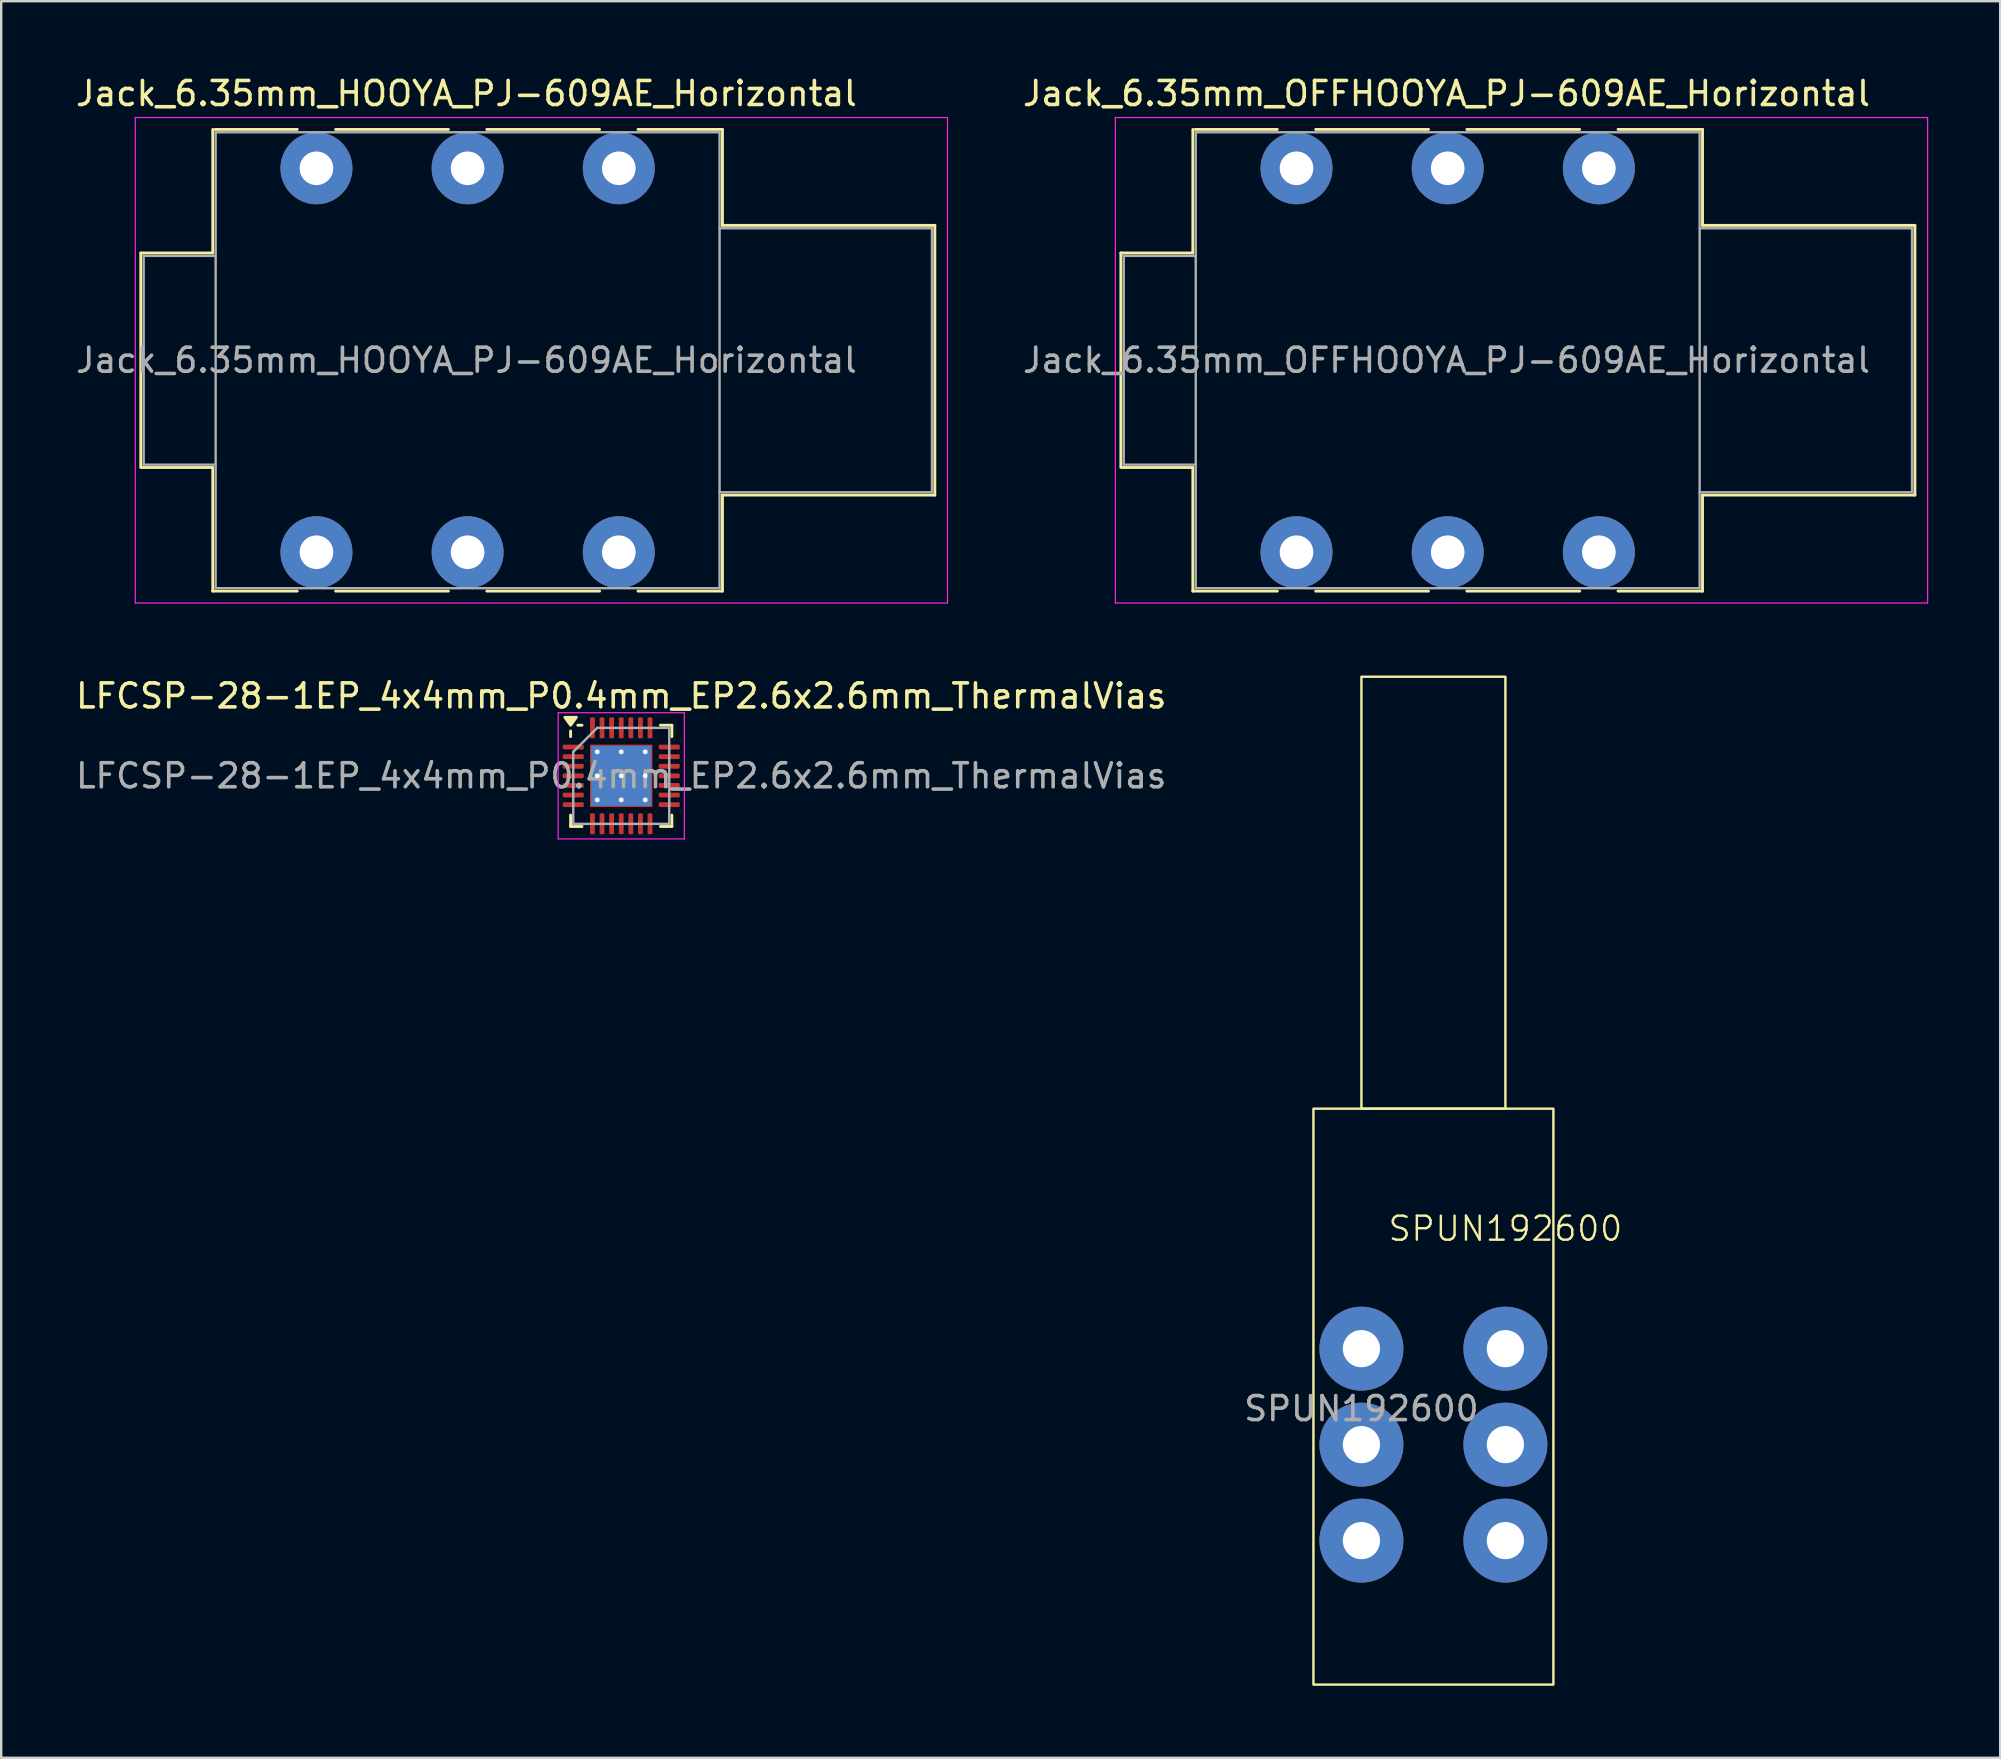
<source format=kicad_pcb>
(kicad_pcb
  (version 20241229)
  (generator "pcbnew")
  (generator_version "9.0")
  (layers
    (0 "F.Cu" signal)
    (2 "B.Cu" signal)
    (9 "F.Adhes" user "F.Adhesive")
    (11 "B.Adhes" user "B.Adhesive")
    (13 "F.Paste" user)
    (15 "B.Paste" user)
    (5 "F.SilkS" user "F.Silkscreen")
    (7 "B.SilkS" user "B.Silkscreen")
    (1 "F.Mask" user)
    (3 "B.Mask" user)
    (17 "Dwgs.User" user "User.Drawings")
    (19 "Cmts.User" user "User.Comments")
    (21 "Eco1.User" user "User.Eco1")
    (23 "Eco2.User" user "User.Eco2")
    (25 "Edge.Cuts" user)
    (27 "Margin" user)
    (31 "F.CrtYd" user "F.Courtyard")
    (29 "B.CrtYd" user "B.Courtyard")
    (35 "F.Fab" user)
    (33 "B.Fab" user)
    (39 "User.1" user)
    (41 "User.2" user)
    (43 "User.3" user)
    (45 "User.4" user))
  (footprint "Jack_6.35mm_OFFHOOYA_PJ-609AE_Horizontal"
    (layer "F.Cu")
    (at 57.28 11.948)
    (property "Reference" "Jack_6.35mm_OFFHOOYA_PJ-609AE_Horizontal" (at -0.05 -11.1 0) (layer "F.SilkS") (effects (font (size 1 1) (thickness 0.15))))
    (attr through_hole)
    (fp_line (start -13.62 -4.455) (end -10.62 -4.455) (stroke (width 0.12) (type solid)) (layer "F.SilkS"))
    (fp_line (start -13.62 4.445) (end -13.62 -4.455) (stroke (width 0.12) (type solid)) (layer "F.SilkS"))
    (fp_line (start -13.62 4.485) (end -10.62 4.485) (stroke (width 0.12) (type solid)) (layer "F.SilkS"))
    (fp_line (start -10.62 -4.455) (end -10.62 -9.605) (stroke (width 0.12) (type solid)) (layer "F.SilkS"))
    (fp_line (start -10.62 9.635) (end -10.62 4.485) (stroke (width 0.12) (type solid)) (layer "F.SilkS"))
    (fp_line (start -10.52 -9.605) (end -7.1 -9.605) (stroke (width 0.12) (type solid)) (layer "F.SilkS"))
    (fp_line (start -7.1 9.635) (end -10.62 9.635) (stroke (width 0.12) (type solid)) (layer "F.SilkS"))
    (fp_line (start -5.5 -9.605) (end -0.8 -9.605) (stroke (width 0.12) (type solid)) (layer "F.SilkS"))
    (fp_line (start -0.8 9.635) (end -5.5 9.635) (stroke (width 0.12) (type solid)) (layer "F.SilkS"))
    (fp_line (start 0.8 -9.605) (end 5.5 -9.605) (stroke (width 0.12) (type solid)) (layer "F.SilkS"))
    (fp_line (start 5.5 9.635) (end 0.8 9.635) (stroke (width 0.12) (type solid)) (layer "F.SilkS"))
    (fp_line (start 10.62 -9.605) (end 7.1 -9.605) (stroke (width 0.12) (type solid)) (layer "F.SilkS"))
    (fp_line (start 10.62 -5.605) (end 10.62 -9.605) (stroke (width 0.12) (type solid)) (layer "F.SilkS"))
    (fp_line (start 10.62 -5.605) (end 19.47 -5.605) (stroke (width 0.12) (type solid)) (layer "F.SilkS"))
    (fp_line (start 10.62 5.635) (end 19.47 5.635) (stroke (width 0.12) (type solid)) (layer "F.SilkS"))
    (fp_line (start 10.62 9.635) (end 7.1 9.635) (stroke (width 0.12) (type solid)) (layer "F.SilkS"))
    (fp_line (start 10.62 9.635) (end 10.62 5.635) (stroke (width 0.12) (type solid)) (layer "F.SilkS"))
    (fp_line (start 19.47 5.635) (end 19.47 -5.605) (stroke (width 0.12) (type solid)) (layer "F.SilkS"))
    (fp_line (start -13.85 10.13) (end -13.85 -10.1) (stroke (width 0.05) (type solid)) (layer "F.CrtYd"))
    (fp_line (start -13.85 10.13) (end 20 10.13) (stroke (width 0.05) (type solid)) (layer "F.CrtYd"))
    (fp_line (start 20 -10.1) (end -13.85 -10.1) (stroke (width 0.05) (type solid)) (layer "F.CrtYd"))
    (fp_line (start 20 10.13) (end 20 -10.1) (stroke (width 0.05) (type solid)) (layer "F.CrtYd"))
    (fp_line (start -13.5 -4.335) (end -10.5 -4.335) (stroke (width 0.1) (type solid)) (layer "F.Fab"))
    (fp_line (start -13.5 4.365) (end -13.5 -4.335) (stroke (width 0.1) (type solid)) (layer "F.Fab"))
    (fp_line (start -13.5 4.365) (end -10.5 4.365) (stroke (width 0.1) (type solid)) (layer "F.Fab"))
    (fp_line (start -10.5 9.515) (end -10.5 -9.485) (stroke (width 0.1) (type solid)) (layer "F.Fab"))
    (fp_line (start 10.5 -9.485) (end -10.5 -9.485) (stroke (width 0.1) (type solid)) (layer "F.Fab"))
    (fp_line (start 10.5 9.515) (end -10.5 9.515) (stroke (width 0.1) (type solid)) (layer "F.Fab"))
    (fp_line (start 10.5 9.515) (end 10.5 -9.485) (stroke (width 0.1) (type solid)) (layer "F.Fab"))
    (fp_line (start 19.35 -5.485) (end 10.5 -5.485) (stroke (width 0.1) (type solid)) (layer "F.Fab"))
    (fp_line (start 19.35 5.515) (end 10.5 5.515) (stroke (width 0.1) (type solid)) (layer "F.Fab"))
    (fp_line (start 19.35 5.515) (end 19.35 -5.485) (stroke (width 0.1) (type solid)) (layer "F.Fab"))
    (fp_text user "${REFERENCE}" (at -0.05 0.015 0) (layer "F.Fab") (effects (font (size 1 1) (thickness 0.15))))
    (pad "R" thru_hole circle (at 0 -7.985) (size 3 3) (drill 1.4) (layers "*.Cu" "*.Mask"))
    (pad "RN" thru_hole circle (at 0 8.015) (size 3 3) (drill 1.4) (layers "*.Cu" "*.Mask"))
    (pad "S" thru_hole circle (at 6.3 -7.985) (size 3 3) (drill 1.4) (layers "*.Cu" "*.Mask"))
    (pad "SN" thru_hole circle (at 6.3 8.015) (size 3 3) (drill 1.4) (layers "*.Cu" "*.Mask"))
    (pad "T" thru_hole circle (at -6.3 -7.985) (size 3 3) (drill 1.4) (layers "*.Cu" "*.Mask"))
    (pad "TN" thru_hole circle (at -6.3 8.015) (size 3 3) (drill 1.4) (layers "*.Cu" "*.Mask")))
  (footprint "Jack_6.35mm_HOOYA_PJ-609AE_Horizontal"
    (layer "F.Cu")
    (at 16.437 11.948)
    (property "Reference" "Jack_6.35mm_HOOYA_PJ-609AE_Horizontal" (at -0.05 -11.1 0) (layer "F.SilkS") (effects (font (size 1 1) (thickness 0.15))))
    (attr through_hole)
    (fp_line (start -13.62 -4.455) (end -10.62 -4.455) (stroke (width 0.12) (type solid)) (layer "F.SilkS"))
    (fp_line (start -13.62 4.445) (end -13.62 -4.455) (stroke (width 0.12) (type solid)) (layer "F.SilkS"))
    (fp_line (start -13.62 4.485) (end -10.62 4.485) (stroke (width 0.12) (type solid)) (layer "F.SilkS"))
    (fp_line (start -10.62 -4.455) (end -10.62 -9.605) (stroke (width 0.12) (type solid)) (layer "F.SilkS"))
    (fp_line (start -10.62 9.635) (end -10.62 4.485) (stroke (width 0.12) (type solid)) (layer "F.SilkS"))
    (fp_line (start -10.52 -9.605) (end -7.1 -9.605) (stroke (width 0.12) (type solid)) (layer "F.SilkS"))
    (fp_line (start -7.1 9.635) (end -10.62 9.635) (stroke (width 0.12) (type solid)) (layer "F.SilkS"))
    (fp_line (start -5.5 -9.605) (end -0.8 -9.605) (stroke (width 0.12) (type solid)) (layer "F.SilkS"))
    (fp_line (start -0.8 9.635) (end -5.5 9.635) (stroke (width 0.12) (type solid)) (layer "F.SilkS"))
    (fp_line (start 0.8 -9.605) (end 5.5 -9.605) (stroke (width 0.12) (type solid)) (layer "F.SilkS"))
    (fp_line (start 5.5 9.635) (end 0.8 9.635) (stroke (width 0.12) (type solid)) (layer "F.SilkS"))
    (fp_line (start 10.62 -9.605) (end 7.1 -9.605) (stroke (width 0.12) (type solid)) (layer "F.SilkS"))
    (fp_line (start 10.62 -5.605) (end 10.62 -9.605) (stroke (width 0.12) (type solid)) (layer "F.SilkS"))
    (fp_line (start 10.62 -5.605) (end 19.47 -5.605) (stroke (width 0.12) (type solid)) (layer "F.SilkS"))
    (fp_line (start 10.62 5.635) (end 19.47 5.635) (stroke (width 0.12) (type solid)) (layer "F.SilkS"))
    (fp_line (start 10.62 9.635) (end 7.1 9.635) (stroke (width 0.12) (type solid)) (layer "F.SilkS"))
    (fp_line (start 10.62 9.635) (end 10.62 5.635) (stroke (width 0.12) (type solid)) (layer "F.SilkS"))
    (fp_line (start 19.47 5.635) (end 19.47 -5.605) (stroke (width 0.12) (type solid)) (layer "F.SilkS"))
    (fp_line (start -13.85 10.13) (end -13.85 -10.1) (stroke (width 0.05) (type solid)) (layer "F.CrtYd"))
    (fp_line (start -13.85 10.13) (end 20 10.13) (stroke (width 0.05) (type solid)) (layer "F.CrtYd"))
    (fp_line (start 20 -10.1) (end -13.85 -10.1) (stroke (width 0.05) (type solid)) (layer "F.CrtYd"))
    (fp_line (start 20 10.13) (end 20 -10.1) (stroke (width 0.05) (type solid)) (layer "F.CrtYd"))
    (fp_line (start -13.5 -4.335) (end -10.5 -4.335) (stroke (width 0.1) (type solid)) (layer "F.Fab"))
    (fp_line (start -13.5 4.365) (end -13.5 -4.335) (stroke (width 0.1) (type solid)) (layer "F.Fab"))
    (fp_line (start -13.5 4.365) (end -10.5 4.365) (stroke (width 0.1) (type solid)) (layer "F.Fab"))
    (fp_line (start -10.5 9.515) (end -10.5 -9.485) (stroke (width 0.1) (type solid)) (layer "F.Fab"))
    (fp_line (start 10.5 -9.485) (end -10.5 -9.485) (stroke (width 0.1) (type solid)) (layer "F.Fab"))
    (fp_line (start 10.5 9.515) (end -10.5 9.515) (stroke (width 0.1) (type solid)) (layer "F.Fab"))
    (fp_line (start 10.5 9.515) (end 10.5 -9.485) (stroke (width 0.1) (type solid)) (layer "F.Fab"))
    (fp_line (start 19.35 -5.485) (end 10.5 -5.485) (stroke (width 0.1) (type solid)) (layer "F.Fab"))
    (fp_line (start 19.35 5.515) (end 10.5 5.515) (stroke (width 0.1) (type solid)) (layer "F.Fab"))
    (fp_line (start 19.35 5.515) (end 19.35 -5.485) (stroke (width 0.1) (type solid)) (layer "F.Fab"))
    (fp_text user "${REFERENCE}" (at -0.05 0.015 0) (layer "F.Fab") (effects (font (size 1 1) (thickness 0.15))))
    (pad "R" thru_hole circle (at 0 -7.985) (size 3 3) (drill 1.4) (layers "*.Cu" "*.Mask"))
    (pad "RN" thru_hole circle (at 0 8.015) (size 3 3) (drill 1.4) (layers "*.Cu" "*.Mask"))
    (pad "S" thru_hole circle (at 6.3 -7.985) (size 3 3) (drill 1.4) (layers "*.Cu" "*.Mask"))
    (pad "SN" thru_hole circle (at 6.3 8.015) (size 3 3) (drill 1.4) (layers "*.Cu" "*.Mask"))
    (pad "T" thru_hole circle (at -6.3 -7.985) (size 3 3) (drill 1.4) (layers "*.Cu" "*.Mask"))
    (pad "TN" thru_hole circle (at -6.3 8.015) (size 3 3) (drill 1.4) (layers "*.Cu" "*.Mask")))
  (footprint "SPUN192600"
    (layer "F.Cu")
    (at 53.685 53.153)
    (property "Reference" "SPUN192600" (at 6 -5 0) (unlocked yes) (layer "F.SilkS") (effects (font (size 1 1) (thickness 0.1))))
    (attr through_hole)
    (fp_rect (start -2 -10) (end 8 14) (stroke (width 0.1) (type default)) (fill no) (layer "F.SilkS"))
    (fp_rect (start 0 -28) (end 6 -10) (stroke (width 0.1) (type default)) (fill no) (layer "F.SilkS"))
    (fp_text user "${REFERENCE}" (at 0 2.5 0) (unlocked yes) (layer "F.Fab") (effects (font (size 1 1) (thickness 0.15))))
    (pad "1" thru_hole circle (at 6 0) (size 3.5 3.5) (drill 1.55) (layers "*.Cu" "*.Mask"))
    (pad "2" thru_hole circle (at 6 4) (size 3.5 3.5) (drill 1.55) (layers "*.Cu" "*.Mask"))
    (pad "3" thru_hole circle (at 6 8) (size 3.5 3.5) (drill 1.55) (layers "*.Cu" "*.Mask"))
    (pad "4" thru_hole circle (at 0 0) (size 3.5 3.5) (drill 1.55) (layers "*.Cu" "*.Mask"))
    (pad "5" thru_hole circle (at 0 4) (size 3.5 3.5) (drill 1.55) (layers "*.Cu" "*.Mask"))
    (pad "6" thru_hole circle (at 0 8) (size 3.5 3.5) (drill 1.55) (layers "*.Cu" "*.Mask")))
  (footprint "LFCSP-28-1EP_4x4mm_P0.4mm_EP2.6x2.6mm_ThermalVias"
    (layer "F.Cu")
    (at 22.839 29.282)
    (property "Reference" "LFCSP-28-1EP_4x4mm_P0.4mm_EP2.6x2.6mm_ThermalVias" (at 0 -3.33 0) (layer "F.SilkS") (effects (font (size 1 1) (thickness 0.15))))
    (attr smd)
    (fp_line (start -2.11 -1.635) (end -2.11 -1.87) (stroke (width 0.12) (type solid)) (layer "F.SilkS"))
    (fp_line (start -2.11 2.11) (end -2.11 1.635) (stroke (width 0.12) (type solid)) (layer "F.SilkS"))
    (fp_line (start -1.635 -2.11) (end -1.81 -2.11) (stroke (width 0.12) (type solid)) (layer "F.SilkS"))
    (fp_line (start -1.635 2.11) (end -2.11 2.11) (stroke (width 0.12) (type solid)) (layer "F.SilkS"))
    (fp_line (start 1.635 -2.11) (end 2.11 -2.11) (stroke (width 0.12) (type solid)) (layer "F.SilkS"))
    (fp_line (start 1.635 2.11) (end 2.11 2.11) (stroke (width 0.12) (type solid)) (layer "F.SilkS"))
    (fp_line (start 2.11 -2.11) (end 2.11 -1.635) (stroke (width 0.12) (type solid)) (layer "F.SilkS"))
    (fp_line (start 2.11 2.11) (end 2.11 1.635) (stroke (width 0.12) (type solid)) (layer "F.SilkS"))
    (fp_poly (pts (xy -2.11 -2.11) (xy -2.35 -2.44) (xy -1.87 -2.44) (xy -2.11 -2.11)) (stroke (width 0.12) (type solid)) (fill yes) (layer "F.SilkS"))
    (fp_line (start -2.63 -2.63) (end -2.63 2.63) (stroke (width 0.05) (type solid)) (layer "F.CrtYd"))
    (fp_line (start -2.63 2.63) (end 2.63 2.63) (stroke (width 0.05) (type solid)) (layer "F.CrtYd"))
    (fp_line (start 2.63 -2.63) (end -2.63 -2.63) (stroke (width 0.05) (type solid)) (layer "F.CrtYd"))
    (fp_line (start 2.63 2.63) (end 2.63 -2.63) (stroke (width 0.05) (type solid)) (layer "F.CrtYd"))
    (fp_line (start -2 -1) (end -1 -2) (stroke (width 0.1) (type solid)) (layer "F.Fab"))
    (fp_line (start -2 2) (end -2 -1) (stroke (width 0.1) (type solid)) (layer "F.Fab"))
    (fp_line (start -1 -2) (end 2 -2) (stroke (width 0.1) (type solid)) (layer "F.Fab"))
    (fp_line (start 2 -2) (end 2 2) (stroke (width 0.1) (type solid)) (layer "F.Fab"))
    (fp_line (start 2 2) (end -2 2) (stroke (width 0.1) (type solid)) (layer "F.Fab"))
    (fp_text user "${REFERENCE}" (at 0 0 0) (layer "F.Fab") (effects (font (size 1 1) (thickness 0.15))))
    (pad "" smd roundrect (at -0.625 -0.625) (size 1.08 1.08) (layers "F.Paste") (roundrect_rratio 0.231))
    (pad "" smd roundrect (at -0.625 0.625) (size 1.08 1.08) (layers "F.Paste") (roundrect_rratio 0.231))
    (pad "" smd roundrect (at 0.625 -0.625) (size 1.08 1.08) (layers "F.Paste") (roundrect_rratio 0.231))
    (pad "" smd roundrect (at 0.625 0.625) (size 1.08 1.08) (layers "F.Paste") (roundrect_rratio 0.231))
    (pad "1" smd roundrect (at -2 -1.2) (size 0.875 0.2) (layers "F.Cu" "F.Mask" "F.Paste") (roundrect_rratio 0.25))
    (pad "2" smd roundrect (at -2 -0.8) (size 0.875 0.2) (layers "F.Cu" "F.Mask" "F.Paste") (roundrect_rratio 0.25))
    (pad "3" smd roundrect (at -2 -0.4) (size 0.875 0.2) (layers "F.Cu" "F.Mask" "F.Paste") (roundrect_rratio 0.25))
    (pad "4" smd roundrect (at -2 0) (size 0.875 0.2) (layers "F.Cu" "F.Mask" "F.Paste") (roundrect_rratio 0.25))
    (pad "5" smd roundrect (at -2 0.4) (size 0.875 0.2) (layers "F.Cu" "F.Mask" "F.Paste") (roundrect_rratio 0.25))
    (pad "6" smd roundrect (at -2 0.8) (size 0.875 0.2) (layers "F.Cu" "F.Mask" "F.Paste") (roundrect_rratio 0.25))
    (pad "7" smd roundrect (at -2 1.2) (size 0.875 0.2) (layers "F.Cu" "F.Mask" "F.Paste") (roundrect_rratio 0.25))
    (pad "8" smd roundrect (at -1.2 2) (size 0.2 0.875) (layers "F.Cu" "F.Mask" "F.Paste") (roundrect_rratio 0.25))
    (pad "9" smd roundrect (at -0.8 2) (size 0.2 0.875) (layers "F.Cu" "F.Mask" "F.Paste") (roundrect_rratio 0.25))
    (pad "10" smd roundrect (at -0.4 2) (size 0.2 0.875) (layers "F.Cu" "F.Mask" "F.Paste") (roundrect_rratio 0.25))
    (pad "11" smd roundrect (at 0 2) (size 0.2 0.875) (layers "F.Cu" "F.Mask" "F.Paste") (roundrect_rratio 0.25))
    (pad "12" smd roundrect (at 0.4 2) (size 0.2 0.875) (layers "F.Cu" "F.Mask" "F.Paste") (roundrect_rratio 0.25))
    (pad "13" smd roundrect (at 0.8 2) (size 0.2 0.875) (layers "F.Cu" "F.Mask" "F.Paste") (roundrect_rratio 0.25))
    (pad "14" smd roundrect (at 1.2 2) (size 0.2 0.875) (layers "F.Cu" "F.Mask" "F.Paste") (roundrect_rratio 0.25))
    (pad "15" smd roundrect (at 2 1.2) (size 0.875 0.2) (layers "F.Cu" "F.Mask" "F.Paste") (roundrect_rratio 0.25))
    (pad "16" smd roundrect (at 2 0.8) (size 0.875 0.2) (layers "F.Cu" "F.Mask" "F.Paste") (roundrect_rratio 0.25))
    (pad "17" smd roundrect (at 2 0.4) (size 0.875 0.2) (layers "F.Cu" "F.Mask" "F.Paste") (roundrect_rratio 0.25))
    (pad "18" smd roundrect (at 2 0) (size 0.875 0.2) (layers "F.Cu" "F.Mask" "F.Paste") (roundrect_rratio 0.25))
    (pad "19" smd roundrect (at 2 -0.4) (size 0.875 0.2) (layers "F.Cu" "F.Mask" "F.Paste") (roundrect_rratio 0.25))
    (pad "20" smd roundrect (at 2 -0.8) (size 0.875 0.2) (layers "F.Cu" "F.Mask" "F.Paste") (roundrect_rratio 0.25))
    (pad "21" smd roundrect (at 2 -1.2) (size 0.875 0.2) (layers "F.Cu" "F.Mask" "F.Paste") (roundrect_rratio 0.25))
    (pad "22" smd roundrect (at 1.2 -2) (size 0.2 0.875) (layers "F.Cu" "F.Mask" "F.Paste") (roundrect_rratio 0.25))
    (pad "23" smd roundrect (at 0.8 -2) (size 0.2 0.875) (layers "F.Cu" "F.Mask" "F.Paste") (roundrect_rratio 0.25))
    (pad "24" smd roundrect (at 0.4 -2) (size 0.2 0.875) (layers "F.Cu" "F.Mask" "F.Paste") (roundrect_rratio 0.25))
    (pad "25" smd roundrect (at 0 -2) (size 0.2 0.875) (layers "F.Cu" "F.Mask" "F.Paste") (roundrect_rratio 0.25))
    (pad "26" smd roundrect (at -0.4 -2) (size 0.2 0.875) (layers "F.Cu" "F.Mask" "F.Paste") (roundrect_rratio 0.25))
    (pad "27" smd roundrect (at -0.8 -2) (size 0.2 0.875) (layers "F.Cu" "F.Mask" "F.Paste") (roundrect_rratio 0.25))
    (pad "28" smd roundrect (at -1.2 -2) (size 0.2 0.875) (layers "F.Cu" "F.Mask" "F.Paste") (roundrect_rratio 0.25))
    (pad "29" thru_hole circle (at -1 -1) (size 0.5 0.5) (drill 0.2) (property pad_prop_heatsink) (layers "*.Cu"))
    (pad "29" thru_hole circle (at -1 0) (size 0.5 0.5) (drill 0.2) (property pad_prop_heatsink) (layers "*.Cu"))
    (pad "29" thru_hole circle (at -1 1) (size 0.5 0.5) (drill 0.2) (property pad_prop_heatsink) (layers "*.Cu"))
    (pad "29" thru_hole circle (at 0 -1) (size 0.5 0.5) (drill 0.2) (property pad_prop_heatsink) (layers "*.Cu"))
    (pad "29" thru_hole circle (at 0 0) (size 0.5 0.5) (drill 0.2) (property pad_prop_heatsink) (layers "*.Cu"))
    (pad "29" smd rect (at 0 0) (size 2.5 2.5) (property pad_prop_heatsink) (layers "B.Cu"))
    (pad "29" smd rect (at 0 0) (size 2.6 2.6) (property pad_prop_heatsink) (layers "F.Cu" "F.Mask"))
    (pad "29" thru_hole circle (at 0 1) (size 0.5 0.5) (drill 0.2) (property pad_prop_heatsink) (layers "*.Cu"))
    (pad "29" thru_hole circle (at 1 -1) (size 0.5 0.5) (drill 0.2) (property pad_prop_heatsink) (layers "*.Cu"))
    (pad "29" thru_hole circle (at 1 0) (size 0.5 0.5) (drill 0.2) (property pad_prop_heatsink) (layers "*.Cu"))
    (pad "29" thru_hole circle (at 1 1) (size 0.5 0.5) (drill 0.2) (property pad_prop_heatsink) (layers "*.Cu")))
  (gr_rect
    (start -3 -3)
    (end 80.305 70.203)
    (stroke (width 0.1) (type default))
    (fill no)
    (layer "Edge.Cuts")))
</source>
